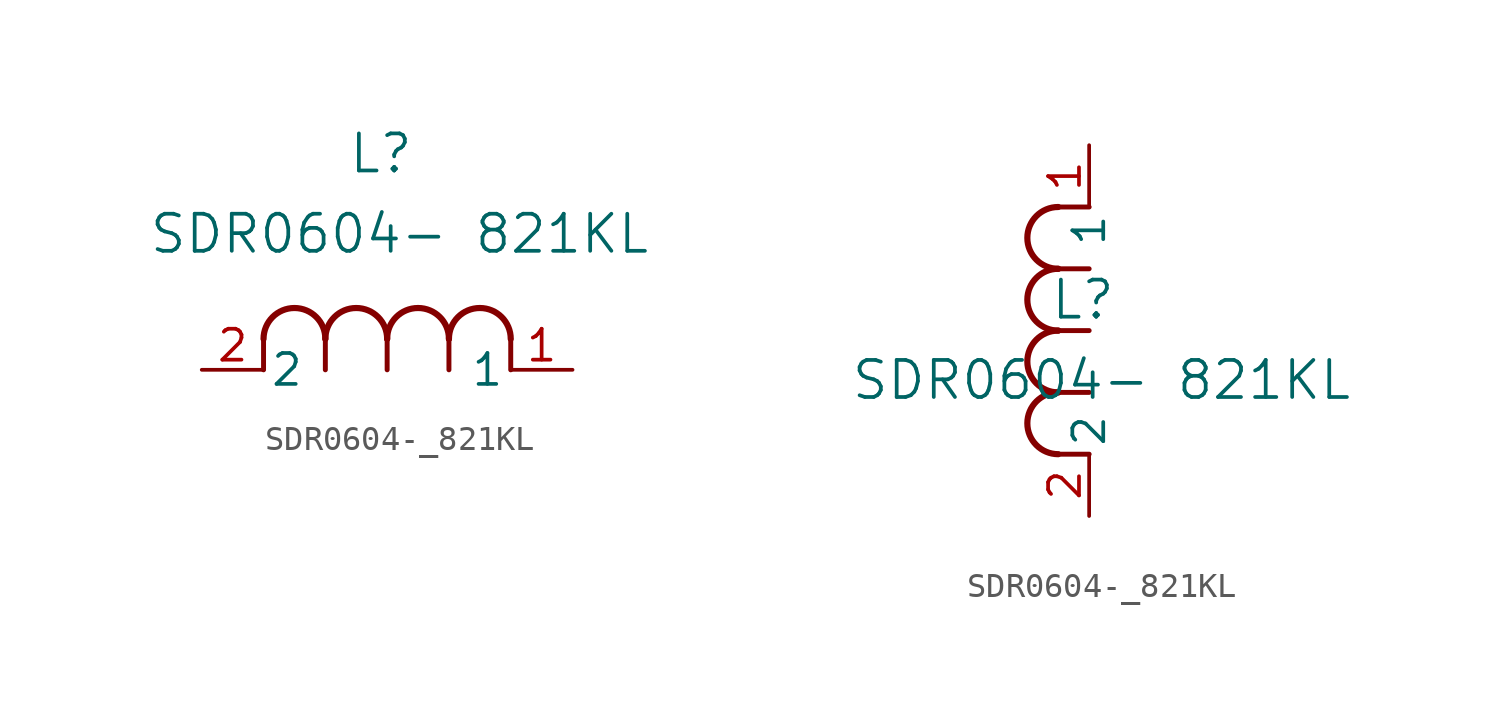
<source format=kicad_sym>
(kicad_symbol_lib
  (version 20241209)
  (generator "kicad_symbol_editor")
  (generator_version "9.0")
  (symbol "SDR0604-_821KL"
    (pin_names
      (offset 0.254))
    (property "Reference" "L"
      (at -0.254 8.89 0)
      (effects (font (size 1.524 1.524))))
    (property "Value" "SDR0604- 821KL"
      (at 0.508 5.588 0)
      (effects (font (size 1.524 1.524))))
    (property "ki_locked" ""
      (at 0 0 0)
      (effects (font (size 1.27 1.27))))
    (symbol "SDR0604-_821KL_1_1"
      (polyline (pts (xy -5.08 0) (xy -5.08 1.27)) (stroke (width 0.203) (type default)) (fill (type none)))
      (arc (start -5.08 1.27) (mid -3.81 2.5344) (end -2.54 1.27) (stroke (width 0.254) (type default)) (fill (type none)))
      (polyline (pts (xy -2.54 0) (xy -2.54 1.27)) (stroke (width 0.203) (type default)) (fill (type none)))
      (arc (start -2.54 1.27) (mid -1.27 2.5344) (end 0 1.27) (stroke (width 0.254) (type default)) (fill (type none)))
      (polyline (pts (xy 0 0) (xy 0 1.27)) (stroke (width 0.203) (type default)) (fill (type none)))
      (arc (start 0 1.27) (mid 1.27 2.5344) (end 2.54 1.27) (stroke (width 0.254) (type default)) (fill (type none)))
      (polyline (pts (xy 2.54 0) (xy 2.54 1.27)) (stroke (width 0.203) (type default)) (fill (type none)))
      (arc (start 2.54 1.27) (mid 3.81 2.5344) (end 5.08 1.27) (stroke (width 0.254) (type default)) (fill (type none)))
      (polyline (pts (xy 5.08 0) (xy 5.08 1.27)) (stroke (width 0.203) (type default)) (fill (type none)))
      (pin unspecified line (at -7.62 0 0) (length 2.54) (name "2" (effects (font (size 1.27 1.27)))) (number "2" (effects (font (size 1.27 1.27)))))
      (pin unspecified line (at 7.62 0 180) (length 2.54) (name "1" (effects (font (size 1.27 1.27)))) (number "1" (effects (font (size 1.27 1.27))))))
    (symbol "SDR0604-_821KL_1_2"
      (arc (start -1.27 10.16) (mid -2.5344 11.43) (end -1.27 12.7) (stroke (width 0.254) (type default)) (fill (type none)))
      (arc (start -1.27 7.62) (mid -2.5344 8.89) (end -1.27 10.16) (stroke (width 0.254) (type default)) (fill (type none)))
      (arc (start -1.27 5.08) (mid -2.5344 6.35) (end -1.27 7.62) (stroke (width 0.254) (type default)) (fill (type none)))
      (arc (start -1.27 2.54) (mid -2.5344 3.81) (end -1.27 5.08) (stroke (width 0.254) (type default)) (fill (type none)))
      (polyline (pts (xy 0 12.7) (xy -1.27 12.7)) (stroke (width 0.203) (type default)) (fill (type none)))
      (polyline (pts (xy 0 10.16) (xy -1.27 10.16)) (stroke (width 0.203) (type default)) (fill (type none)))
      (polyline (pts (xy 0 7.62) (xy -1.27 7.62)) (stroke (width 0.203) (type default)) (fill (type none)))
      (polyline (pts (xy 0 5.08) (xy -1.27 5.08)) (stroke (width 0.203) (type default)) (fill (type none)))
      (polyline (pts (xy 0 2.54) (xy -1.27 2.54)) (stroke (width 0.203) (type default)) (fill (type none)))
      (pin unspecified line (at 0 15.24 270) (length 2.54) (name "1" (effects (font (size 1.27 1.27)))) (number "1" (effects (font (size 1.27 1.27)))))
      (pin unspecified line (at 0 0 90) (length 2.54) (name "2" (effects (font (size 1.27 1.27)))) (number "2" (effects (font (size 1.27 1.27))))))))
</source>
